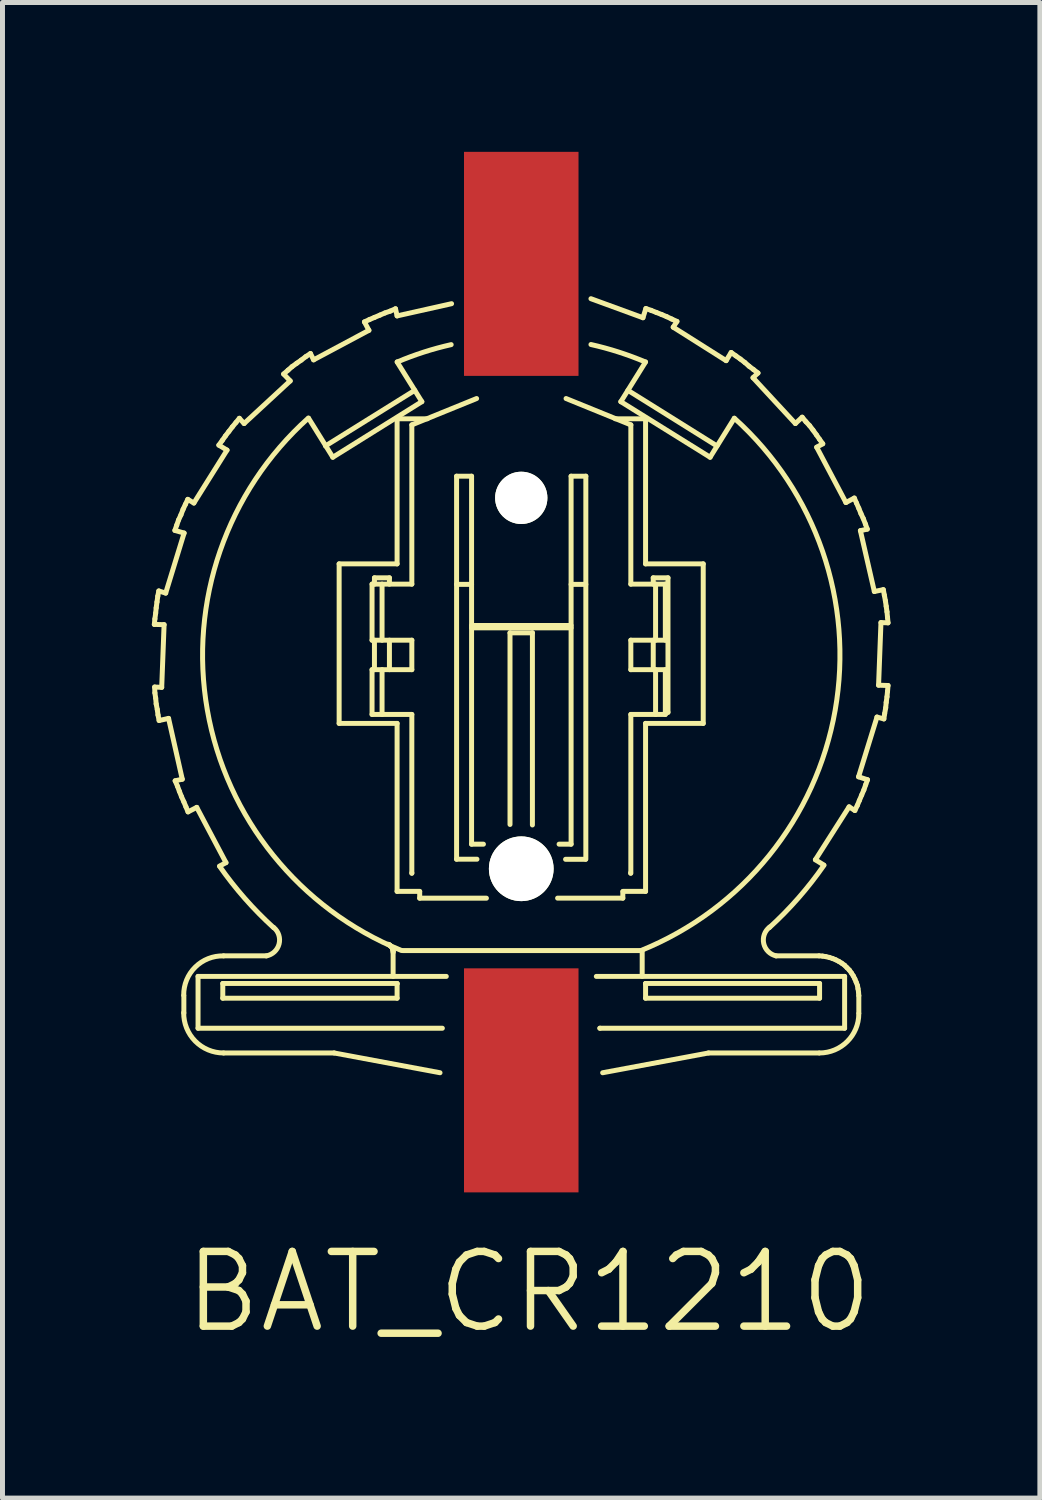
<source format=kicad_pcb>
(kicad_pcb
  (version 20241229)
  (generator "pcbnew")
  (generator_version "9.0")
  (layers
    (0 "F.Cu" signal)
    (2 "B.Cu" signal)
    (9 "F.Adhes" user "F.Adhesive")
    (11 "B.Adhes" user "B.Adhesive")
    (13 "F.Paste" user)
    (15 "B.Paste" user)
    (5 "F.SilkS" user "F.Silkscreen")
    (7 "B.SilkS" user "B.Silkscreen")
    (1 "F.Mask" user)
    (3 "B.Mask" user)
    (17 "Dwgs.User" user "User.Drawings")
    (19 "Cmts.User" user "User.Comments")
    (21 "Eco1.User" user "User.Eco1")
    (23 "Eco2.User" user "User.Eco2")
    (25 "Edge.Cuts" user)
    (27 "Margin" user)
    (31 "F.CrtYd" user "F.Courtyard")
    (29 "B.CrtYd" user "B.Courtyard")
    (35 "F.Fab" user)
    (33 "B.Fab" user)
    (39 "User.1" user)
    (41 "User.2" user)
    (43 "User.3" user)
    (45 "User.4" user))
  (footprint "BAT_CR1210"
    (layer "F.Cu")
    (at 7.42 10.45)
    (property "Reference" "BAT_CR1210" (at 0.15 12.45 0) (layer "F.SilkS") (effects (font (size 1.5 1.5) (thickness 0.15))))
    (attr through_hole)
    (fp_line (start -7.364 0.3) (end -7.359 0.417) (stroke (width 0.1) (type solid)) (layer "F.SilkS"))
    (fp_line (start -7.364 0.3) (end -7.222 0.306) (stroke (width 0.1) (type solid)) (layer "F.SilkS"))
    (fp_line (start -7.359 -1.069) (end -7.37 -0.958) (stroke (width 0.1) (type solid)) (layer "F.SilkS"))
    (fp_line (start -7.359 0.417) (end -7.343 0.522) (stroke (width 0.1) (type solid)) (layer "F.SilkS"))
    (fp_line (start -7.343 -1.186) (end -7.359 -1.069) (stroke (width 0.1) (type solid)) (layer "F.SilkS"))
    (fp_line (start -7.343 0.522) (end -7.333 0.639) (stroke (width 0.1) (type solid)) (layer "F.SilkS"))
    (fp_line (start -7.333 -1.291) (end -7.343 -1.186) (stroke (width 0.1) (type solid)) (layer "F.SilkS"))
    (fp_line (start -7.333 0.639) (end -7.311 0.75) (stroke (width 0.1) (type solid)) (layer "F.SilkS"))
    (fp_line (start -7.317 -1.408) (end -7.333 -1.291) (stroke (width 0.1) (type solid)) (layer "F.SilkS"))
    (fp_line (start -7.311 0.75) (end -7.296 0.861) (stroke (width 0.1) (type solid)) (layer "F.SilkS"))
    (fp_line (start -7.301 -1.524) (end -7.317 -1.408) (stroke (width 0.1) (type solid)) (layer "F.SilkS"))
    (fp_line (start -7.296 0.861) (end -7.274 0.972) (stroke (width 0.1) (type solid)) (layer "F.SilkS"))
    (fp_line (start -7.28 -1.63) (end -7.301 -1.524) (stroke (width 0.1) (type solid)) (layer "F.SilkS"))
    (fp_line (start -7.28 -1.63) (end -7.142 -1.587) (stroke (width 0.1) (type solid)) (layer "F.SilkS"))
    (fp_line (start -7.222 0.306) (end -7.174 -0.953) (stroke (width 0.1) (type solid)) (layer "F.SilkS"))
    (fp_line (start -7.174 -0.953) (end -7.37 -0.958) (stroke (width 0.1) (type solid)) (layer "F.SilkS"))
    (fp_line (start -7.142 -1.587) (end -6.772 -2.793) (stroke (width 0.1) (type solid)) (layer "F.SilkS"))
    (fp_line (start -7.084 0.93) (end -7.274 0.972) (stroke (width 0.1) (type solid)) (layer "F.SilkS"))
    (fp_line (start -6.952 2.183) (end -6.904 2.294) (stroke (width 0.1) (type solid)) (layer "F.SilkS"))
    (fp_line (start -6.952 2.183) (end -6.809 2.151) (stroke (width 0.1) (type solid)) (layer "F.SilkS"))
    (fp_line (start -6.92 -2.952) (end -6.957 -2.846) (stroke (width 0.1) (type solid)) (layer "F.SilkS"))
    (fp_line (start -6.904 2.294) (end -6.867 2.394) (stroke (width 0.1) (type solid)) (layer "F.SilkS"))
    (fp_line (start -6.883 -3.057) (end -6.92 -2.952) (stroke (width 0.1) (type solid)) (layer "F.SilkS"))
    (fp_line (start -6.867 2.394) (end -6.825 2.5) (stroke (width 0.1) (type solid)) (layer "F.SilkS"))
    (fp_line (start -6.836 -3.158) (end -6.883 -3.057) (stroke (width 0.1) (type solid)) (layer "F.SilkS"))
    (fp_line (start -6.825 2.5) (end -6.777 2.606) (stroke (width 0.1) (type solid)) (layer "F.SilkS"))
    (fp_line (start -6.809 2.151) (end -7.084 0.93) (stroke (width 0.1) (type solid)) (layer "F.SilkS"))
    (fp_line (start -6.793 -3.269) (end -6.836 -3.158) (stroke (width 0.1) (type solid)) (layer "F.SilkS"))
    (fp_line (start -6.777 2.606) (end -6.735 2.706) (stroke (width 0.1) (type solid)) (layer "F.SilkS"))
    (fp_line (start -6.777 6.498) (end -6.777 6.847) (stroke (width 0.1) (type solid)) (layer "F.SilkS"))
    (fp_line (start -6.772 -2.793) (end -6.957 -2.846) (stroke (width 0.1) (type solid)) (layer "F.SilkS"))
    (fp_line (start -6.746 -3.369) (end -6.793 -3.269) (stroke (width 0.1) (type solid)) (layer "F.SilkS"))
    (fp_line (start -6.735 2.706) (end -6.693 2.807) (stroke (width 0.1) (type solid)) (layer "F.SilkS"))
    (fp_line (start -6.698 -3.47) (end -6.746 -3.369) (stroke (width 0.1) (type solid)) (layer "F.SilkS"))
    (fp_line (start -6.698 -3.47) (end -6.576 -3.396) (stroke (width 0.1) (type solid)) (layer "F.SilkS"))
    (fp_line (start -6.576 -3.396) (end -5.91 -4.459) (stroke (width 0.1) (type solid)) (layer "F.SilkS"))
    (fp_line (start -6.518 2.717) (end -6.693 2.807) (stroke (width 0.1) (type solid)) (layer "F.SilkS"))
    (fp_line (start -6.492 6.112) (end -1.506 6.112) (stroke (width 0.1) (type solid)) (layer "F.SilkS"))
    (fp_line (start -6.492 7.153) (end -6.492 6.112) (stroke (width 0.1) (type solid)) (layer "F.SilkS"))
    (fp_line (start -6.058 3.896) (end -5.931 3.827) (stroke (width 0.1) (type solid)) (layer "F.SilkS"))
    (fp_line (start -6.005 -4.654) (end -6.074 -4.559) (stroke (width 0.1) (type solid)) (layer "F.SilkS"))
    (fp_line (start -5.995 6.254) (end -2.494 6.254) (stroke (width 0.1) (type solid)) (layer "F.SilkS"))
    (fp_line (start -5.995 6.55) (end -5.995 6.254) (stroke (width 0.1) (type solid)) (layer "F.SilkS"))
    (fp_line (start -5.979 7.65) (end -3.758 7.65) (stroke (width 0.1) (type solid)) (layer "F.SilkS"))
    (fp_line (start -5.942 -4.744) (end -6.005 -4.654) (stroke (width 0.1) (type solid)) (layer "F.SilkS"))
    (fp_line (start -5.931 3.827) (end -6.518 2.717) (stroke (width 0.1) (type solid)) (layer "F.SilkS"))
    (fp_line (start -5.91 -4.459) (end -6.074 -4.559) (stroke (width 0.1) (type solid)) (layer "F.SilkS"))
    (fp_line (start -5.873 -4.834) (end -5.942 -4.744) (stroke (width 0.1) (type solid)) (layer "F.SilkS"))
    (fp_line (start -5.804 -4.924) (end -5.873 -4.834) (stroke (width 0.1) (type solid)) (layer "F.SilkS"))
    (fp_line (start -5.73 -5.014) (end -5.804 -4.924) (stroke (width 0.1) (type solid)) (layer "F.SilkS"))
    (fp_line (start -5.662 -5.098) (end -5.73 -5.014) (stroke (width 0.1) (type solid)) (layer "F.SilkS"))
    (fp_line (start -5.662 -5.098) (end -5.567 -4.993) (stroke (width 0.1) (type solid)) (layer "F.SilkS"))
    (fp_line (start -5.567 -4.993) (end -4.641 -5.849) (stroke (width 0.1) (type solid)) (layer "F.SilkS"))
    (fp_line (start -5.117 5.699) (end -5.979 5.699) (stroke (width 0.1) (type solid)) (layer "F.SilkS"))
    (fp_line (start -4.683 -6.066) (end -4.773 -5.987) (stroke (width 0.1) (type solid)) (layer "F.SilkS"))
    (fp_line (start -4.641 -5.849) (end -4.773 -5.987) (stroke (width 0.1) (type solid)) (layer "F.SilkS"))
    (fp_line (start -4.604 -6.135) (end -4.683 -6.066) (stroke (width 0.1) (type solid)) (layer "F.SilkS"))
    (fp_line (start -4.509 -6.204) (end -4.604 -6.135) (stroke (width 0.1) (type solid)) (layer "F.SilkS"))
    (fp_line (start -4.419 -6.267) (end -4.509 -6.204) (stroke (width 0.1) (type solid)) (layer "F.SilkS"))
    (fp_line (start -4.329 -6.336) (end -4.419 -6.267) (stroke (width 0.1) (type solid)) (layer "F.SilkS"))
    (fp_line (start -4.234 -6.399) (end -4.329 -6.336) (stroke (width 0.1) (type solid)) (layer "F.SilkS"))
    (fp_line (start -4.234 -6.399) (end -4.171 -6.272) (stroke (width 0.1) (type solid)) (layer "F.SilkS"))
    (fp_line (start -4.171 -6.272) (end -3.06 -6.865) (stroke (width 0.1) (type solid)) (layer "F.SilkS"))
    (fp_line (start -3.933 -4.543) (end -2.14 -5.659) (stroke (width 0.1) (type solid)) (layer "F.SilkS"))
    (fp_line (start -3.785 -4.316) (end -4.271 -5.098) (stroke (width 0.1) (type solid)) (layer "F.SilkS"))
    (fp_line (start -3.785 -4.316) (end -1.997 -5.432) (stroke (width 0.1) (type solid)) (layer "F.SilkS"))
    (fp_line (start -3.758 7.65) (end -1.632 8.047) (stroke (width 0.1) (type solid)) (layer "F.SilkS"))
    (fp_line (start -3.658 -2.174) (end -3.658 1.03) (stroke (width 0.1) (type solid)) (layer "F.SilkS"))
    (fp_line (start -3.658 1.03) (end -2.494 1.03) (stroke (width 0.1) (type solid)) (layer "F.SilkS"))
    (fp_line (start -3.06 -6.865) (end -3.15 -7.034) (stroke (width 0.1) (type solid)) (layer "F.SilkS"))
    (fp_line (start -3.05 -7.081) (end -3.15 -7.034) (stroke (width 0.1) (type solid)) (layer "F.SilkS"))
    (fp_line (start -2.997 -1.767) (end -2.997 -0.641) (stroke (width 0.1) (type solid)) (layer "F.SilkS"))
    (fp_line (start -2.997 -0.641) (end -2.198 -0.641) (stroke (width 0.1) (type solid)) (layer "F.SilkS"))
    (fp_line (start -2.997 -0.049) (end -2.997 0.85) (stroke (width 0.1) (type solid)) (layer "F.SilkS"))
    (fp_line (start -2.997 0.85) (end -2.198 0.85) (stroke (width 0.1) (type solid)) (layer "F.SilkS"))
    (fp_line (start -2.949 -7.124) (end -3.05 -7.081) (stroke (width 0.1) (type solid)) (layer "F.SilkS"))
    (fp_line (start -2.949 -1.894) (end -2.648 -1.894) (stroke (width 0.1) (type solid)) (layer "F.SilkS"))
    (fp_line (start -2.949 -1.767) (end -2.949 -1.894) (stroke (width 0.1) (type solid)) (layer "F.SilkS"))
    (fp_line (start -2.949 -0.049) (end -2.949 -0.641) (stroke (width 0.1) (type solid)) (layer "F.SilkS"))
    (fp_line (start -2.838 -7.171) (end -2.949 -7.124) (stroke (width 0.1) (type solid)) (layer "F.SilkS"))
    (fp_line (start -2.796 -1.767) (end -2.796 -0.641) (stroke (width 0.1) (type solid)) (layer "F.SilkS"))
    (fp_line (start -2.796 -0.049) (end -2.796 0.85) (stroke (width 0.1) (type solid)) (layer "F.SilkS"))
    (fp_line (start -2.738 -7.214) (end -2.838 -7.171) (stroke (width 0.1) (type solid)) (layer "F.SilkS"))
    (fp_line (start -2.664 5.472) (end -2.674 5.466) (stroke (width 0.1) (type solid)) (layer "F.SilkS"))
    (fp_line (start -2.648 -1.894) (end -2.648 -1.767) (stroke (width 0.1) (type solid)) (layer "F.SilkS"))
    (fp_line (start -2.648 -0.641) (end -2.648 -0.049) (stroke (width 0.1) (type solid)) (layer "F.SilkS"))
    (fp_line (start -2.648 5.477) (end -2.664 5.472) (stroke (width 0.1) (type solid)) (layer "F.SilkS"))
    (fp_line (start -2.637 5.493) (end -2.648 5.477) (stroke (width 0.1) (type solid)) (layer "F.SilkS"))
    (fp_line (start -2.632 -7.251) (end -2.738 -7.214) (stroke (width 0.1) (type solid)) (layer "F.SilkS"))
    (fp_line (start -2.621 5.503) (end -2.637 5.493) (stroke (width 0.1) (type solid)) (layer "F.SilkS"))
    (fp_line (start -2.611 5.509) (end -2.621 5.503) (stroke (width 0.1) (type solid)) (layer "F.SilkS"))
    (fp_line (start -2.605 5.525) (end -2.611 5.509) (stroke (width 0.1) (type solid)) (layer "F.SilkS"))
    (fp_line (start -2.59 5.535) (end -2.605 5.525) (stroke (width 0.1) (type solid)) (layer "F.SilkS"))
    (fp_line (start -2.584 5.556) (end -2.59 5.535) (stroke (width 0.1) (type solid)) (layer "F.SilkS"))
    (fp_line (start -2.579 5.567) (end -2.584 5.556) (stroke (width 0.1) (type solid)) (layer "F.SilkS"))
    (fp_line (start -2.579 5.577) (end -2.579 5.567) (stroke (width 0.1) (type solid)) (layer "F.SilkS"))
    (fp_line (start -2.574 5.599) (end -2.579 5.577) (stroke (width 0.1) (type solid)) (layer "F.SilkS"))
    (fp_line (start -2.574 5.609) (end -2.574 5.599) (stroke (width 0.1) (type solid)) (layer "F.SilkS"))
    (fp_line (start -2.574 5.63) (end -2.574 5.609) (stroke (width 0.1) (type solid)) (layer "F.SilkS"))
    (fp_line (start -2.574 5.63) (end -2.574 6.11) (stroke (width 0.1) (type solid)) (layer "F.SilkS"))
    (fp_line (start -2.526 -7.298) (end -2.632 -7.251) (stroke (width 0.1) (type solid)) (layer "F.SilkS"))
    (fp_line (start -2.526 -7.298) (end -2.494 -7.155) (stroke (width 0.1) (type solid)) (layer "F.SilkS"))
    (fp_line (start -2.494 -7.155) (end -1.4 -7.4) (stroke (width 0.1) (type solid)) (layer "F.SilkS"))
    (fp_line (start -2.494 -5.088) (end -2.494 -2.174) (stroke (width 0.1) (type solid)) (layer "F.SilkS"))
    (fp_line (start -2.494 -2.174) (end -3.658 -2.174) (stroke (width 0.1) (type solid)) (layer "F.SilkS"))
    (fp_line (start -2.494 1.03) (end -2.494 4.404) (stroke (width 0.1) (type solid)) (layer "F.SilkS"))
    (fp_line (start -2.494 4.404) (end -2.04 4.404) (stroke (width 0.1) (type solid)) (layer "F.SilkS"))
    (fp_line (start -2.494 6.254) (end -2.494 6.26) (stroke (width 0.1) (type solid)) (layer "F.SilkS"))
    (fp_line (start -2.494 6.26) (end -2.494 6.55) (stroke (width 0.1) (type solid)) (layer "F.SilkS"))
    (fp_line (start -2.494 6.55) (end -5.995 6.55) (stroke (width 0.1) (type solid)) (layer "F.SilkS"))
    (fp_line (start -2.198 -4.966) (end -2.198 -1.767) (stroke (width 0.1) (type solid)) (layer "F.SilkS"))
    (fp_line (start -2.198 -1.767) (end -2.997 -1.767) (stroke (width 0.1) (type solid)) (layer "F.SilkS"))
    (fp_line (start -2.198 -0.641) (end -2.198 -0.049) (stroke (width 0.1) (type solid)) (layer "F.SilkS"))
    (fp_line (start -2.198 -0.049) (end -2.997 -0.049) (stroke (width 0.1) (type solid)) (layer "F.SilkS"))
    (fp_line (start -2.198 0.85) (end -2.198 4.039) (stroke (width 0.1) (type solid)) (layer "F.SilkS"))
    (fp_line (start -2.198 4.033) (end -2.198 4.039) (stroke (width 0.1) (type solid)) (layer "F.SilkS"))
    (fp_line (start -2.04 4.541) (end -0.7 4.541) (stroke (width 0.1) (type solid)) (layer "F.SilkS"))
    (fp_line (start -2.04 4.54) (end -2.04 4.41) (stroke (width 0.1) (type solid)) (layer "F.SilkS"))
    (fp_line (start -1.997 -5.432) (end -2.494 -6.23) (stroke (width 0.1) (type solid)) (layer "F.SilkS"))
    (fp_line (start -1.886 -5.088) (end -2.494 -5.088) (stroke (width 0.1) (type solid)) (layer "F.SilkS"))
    (fp_line (start -1.585 7.153) (end -6.492 7.153) (stroke (width 0.1) (type solid)) (layer "F.SilkS"))
    (fp_line (start -1.299 -3.935) (end -0.998 -3.935) (stroke (width 0.1) (type solid)) (layer "F.SilkS"))
    (fp_line (start -1.299 -1.762) (end -0.998 -1.762) (stroke (width 0.1) (type solid)) (layer "F.SilkS"))
    (fp_line (start -1.299 3.758) (end -1.299 -3.935) (stroke (width 0.1) (type solid)) (layer "F.SilkS"))
    (fp_line (start -0.998 -3.935) (end -0.998 3.456) (stroke (width 0.1) (type solid)) (layer "F.SilkS"))
    (fp_line (start -0.998 3.456) (end -0.76 3.456) (stroke (width 0.1) (type solid)) (layer "F.SilkS"))
    (fp_line (start -0.897 -5.495) (end -2.198 -4.966) (stroke (width 0.1) (type solid)) (layer "F.SilkS"))
    (fp_line (start -0.89 3.758) (end -1.299 3.758) (stroke (width 0.1) (type solid)) (layer "F.SilkS"))
    (fp_line (start -0.226 -0.789) (end 0.224 -0.789) (stroke (width 0.1) (type solid)) (layer "F.SilkS"))
    (fp_line (start -0.226 3.06) (end -0.226 -0.789) (stroke (width 0.1) (type solid)) (layer "F.SilkS"))
    (fp_line (start 0.224 -0.789) (end 0.224 3.07) (stroke (width 0.1) (type solid)) (layer "F.SilkS"))
    (fp_line (start 0.73 4.54) (end 2.04 4.54) (stroke (width 0.1) (type solid)) (layer "F.SilkS"))
    (fp_line (start 0.76 3.456) (end 1.001 3.456) (stroke (width 0.1) (type solid)) (layer "F.SilkS"))
    (fp_line (start 1.001 -3.935) (end 1.297 -3.935) (stroke (width 0.1) (type solid)) (layer "F.SilkS"))
    (fp_line (start 1.001 -1.762) (end 1.297 -1.762) (stroke (width 0.1) (type solid)) (layer "F.SilkS"))
    (fp_line (start 1.001 -0.937) (end -0.998 -0.937) (stroke (width 0.1) (type solid)) (layer "F.SilkS"))
    (fp_line (start 1.001 -0.889) (end -0.998 -0.889) (stroke (width 0.1) (type solid)) (layer "F.SilkS"))
    (fp_line (start 1.001 3.456) (end 1.001 -3.935) (stroke (width 0.1) (type solid)) (layer "F.SilkS"))
    (fp_line (start 1.29 3.76) (end 0.89 3.76) (stroke (width 0.1) (type solid)) (layer "F.SilkS"))
    (fp_line (start 1.297 -3.935) (end 1.297 3.758) (stroke (width 0.1) (type solid)) (layer "F.SilkS"))
    (fp_line (start 1.4 -7.5) (end 2.444 -7.118) (stroke (width 0.1) (type solid)) (layer "F.SilkS"))
    (fp_line (start 1.508 6.112) (end 6.495 6.112) (stroke (width 0.1) (type solid)) (layer "F.SilkS"))
    (fp_line (start 1.582 7.153) (end 1.577 7.153) (stroke (width 0.1) (type solid)) (layer "F.SilkS"))
    (fp_line (start 1.635 8.047) (end 3.761 7.65) (stroke (width 0.1) (type solid)) (layer "F.SilkS"))
    (fp_line (start 2 -5.432) (end 2.497 -6.23) (stroke (width 0.1) (type solid)) (layer "F.SilkS"))
    (fp_line (start 2 -5.432) (end 3.793 -4.316) (stroke (width 0.1) (type solid)) (layer "F.SilkS"))
    (fp_line (start 2.04 4.54) (end 2.04 4.41) (stroke (width 0.1) (type solid)) (layer "F.SilkS"))
    (fp_line (start 2.043 4.404) (end 2.497 4.404) (stroke (width 0.1) (type solid)) (layer "F.SilkS"))
    (fp_line (start 2.143 -5.659) (end 3.93 -4.543) (stroke (width 0.1) (type solid)) (layer "F.SilkS"))
    (fp_line (start 2.196 4.039) (end 2.196 4.033) (stroke (width 0.1) (type solid)) (layer "F.SilkS"))
    (fp_line (start 2.201 -4.966) (end 0.9 -5.495) (stroke (width 0.1) (type solid)) (layer "F.SilkS"))
    (fp_line (start 2.201 -1.767) (end 2.201 -4.966) (stroke (width 0.1) (type solid)) (layer "F.SilkS"))
    (fp_line (start 2.201 -0.641) (end 2.894 -0.641) (stroke (width 0.1) (type solid)) (layer "F.SilkS"))
    (fp_line (start 2.201 -0.049) (end 2.201 -0.641) (stroke (width 0.1) (type solid)) (layer "F.SilkS"))
    (fp_line (start 2.201 0.85) (end 2.894 0.85) (stroke (width 0.1) (type solid)) (layer "F.SilkS"))
    (fp_line (start 2.201 4.039) (end 2.201 0.85) (stroke (width 0.1) (type solid)) (layer "F.SilkS"))
    (fp_line (start 2.381 5.593) (end -2.383 5.593) (stroke (width 0.1) (type solid)) (layer "F.SilkS"))
    (fp_line (start 2.429 6.11) (end 2.429 5.59) (stroke (width 0.1) (type solid)) (layer "F.SilkS"))
    (fp_line (start 2.444 -7.118) (end 2.503 -7.303) (stroke (width 0.1) (type solid)) (layer "F.SilkS"))
    (fp_line (start 2.497 -5.088) (end 1.889 -5.088) (stroke (width 0.1) (type solid)) (layer "F.SilkS"))
    (fp_line (start 2.497 -2.174) (end 2.497 -5.088) (stroke (width 0.1) (type solid)) (layer "F.SilkS"))
    (fp_line (start 2.497 1.03) (end 3.655 1.03) (stroke (width 0.1) (type solid)) (layer "F.SilkS"))
    (fp_line (start 2.497 4.404) (end 2.497 1.03) (stroke (width 0.1) (type solid)) (layer "F.SilkS"))
    (fp_line (start 2.497 6.254) (end 5.992 6.254) (stroke (width 0.1) (type solid)) (layer "F.SilkS"))
    (fp_line (start 2.497 6.26) (end 2.497 6.254) (stroke (width 0.1) (type solid)) (layer "F.SilkS"))
    (fp_line (start 2.497 6.55) (end 2.497 6.26) (stroke (width 0.1) (type solid)) (layer "F.SilkS"))
    (fp_line (start 2.608 -7.266) (end 2.503 -7.303) (stroke (width 0.1) (type solid)) (layer "F.SilkS"))
    (fp_line (start 2.651 -1.894) (end 2.947 -1.894) (stroke (width 0.1) (type solid)) (layer "F.SilkS"))
    (fp_line (start 2.651 -1.767) (end 2.651 -1.894) (stroke (width 0.1) (type solid)) (layer "F.SilkS"))
    (fp_line (start 2.651 -0.049) (end 2.651 -0.641) (stroke (width 0.1) (type solid)) (layer "F.SilkS"))
    (fp_line (start 2.698 -0.641) (end 2.698 -1.767) (stroke (width 0.1) (type solid)) (layer "F.SilkS"))
    (fp_line (start 2.698 0.85) (end 2.698 -0.049) (stroke (width 0.1) (type solid)) (layer "F.SilkS"))
    (fp_line (start 2.714 -7.224) (end 2.608 -7.266) (stroke (width 0.1) (type solid)) (layer "F.SilkS"))
    (fp_line (start 2.82 -7.182) (end 2.714 -7.224) (stroke (width 0.1) (type solid)) (layer "F.SilkS"))
    (fp_line (start 2.894 -1.767) (end 2.201 -1.767) (stroke (width 0.1) (type solid)) (layer "F.SilkS"))
    (fp_line (start 2.894 -0.641) (end 2.894 -1.767) (stroke (width 0.1) (type solid)) (layer "F.SilkS"))
    (fp_line (start 2.894 -0.049) (end 2.201 -0.049) (stroke (width 0.1) (type solid)) (layer "F.SilkS"))
    (fp_line (start 2.894 -0.049) (end 2.894 0.85) (stroke (width 0.1) (type solid)) (layer "F.SilkS"))
    (fp_line (start 2.92 -7.14) (end 2.82 -7.182) (stroke (width 0.1) (type solid)) (layer "F.SilkS"))
    (fp_line (start 2.947 -1.894) (end 2.947 0.808) (stroke (width 0.1) (type solid)) (layer "F.SilkS"))
    (fp_line (start 2.947 0.808) (end 2.894 0.808) (stroke (width 0.1) (type solid)) (layer "F.SilkS"))
    (fp_line (start 3.021 -7.092) (end 2.92 -7.14) (stroke (width 0.1) (type solid)) (layer "F.SilkS"))
    (fp_line (start 3.052 -6.928) (end 4.115 -6.256) (stroke (width 0.1) (type solid)) (layer "F.SilkS"))
    (fp_line (start 3.127 -7.044) (end 3.021 -7.092) (stroke (width 0.1) (type solid)) (layer "F.SilkS"))
    (fp_line (start 3.127 -7.044) (end 3.052 -6.928) (stroke (width 0.1) (type solid)) (layer "F.SilkS"))
    (fp_line (start 3.655 -2.174) (end 2.497 -2.174) (stroke (width 0.1) (type solid)) (layer "F.SilkS"))
    (fp_line (start 3.655 1.03) (end 3.655 -2.174) (stroke (width 0.1) (type solid)) (layer "F.SilkS"))
    (fp_line (start 3.761 7.65) (end 5.982 7.65) (stroke (width 0.1) (type solid)) (layer "F.SilkS"))
    (fp_line (start 3.793 -4.316) (end 4.279 -5.098) (stroke (width 0.1) (type solid)) (layer "F.SilkS"))
    (fp_line (start 4.115 -6.256) (end 4.216 -6.42) (stroke (width 0.1) (type solid)) (layer "F.SilkS"))
    (fp_line (start 4.311 -6.352) (end 4.216 -6.42) (stroke (width 0.1) (type solid)) (layer "F.SilkS"))
    (fp_line (start 4.401 -6.288) (end 4.311 -6.352) (stroke (width 0.1) (type solid)) (layer "F.SilkS"))
    (fp_line (start 4.491 -6.219) (end 4.401 -6.288) (stroke (width 0.1) (type solid)) (layer "F.SilkS"))
    (fp_line (start 4.575 -6.145) (end 4.491 -6.219) (stroke (width 0.1) (type solid)) (layer "F.SilkS"))
    (fp_line (start 4.655 -5.913) (end 5.506 -4.993) (stroke (width 0.1) (type solid)) (layer "F.SilkS"))
    (fp_line (start 4.665 -6.077) (end 4.575 -6.145) (stroke (width 0.1) (type solid)) (layer "F.SilkS"))
    (fp_line (start 4.755 -6.008) (end 4.655 -5.913) (stroke (width 0.1) (type solid)) (layer "F.SilkS"))
    (fp_line (start 4.755 -6.008) (end 4.665 -6.077) (stroke (width 0.1) (type solid)) (layer "F.SilkS"))
    (fp_line (start 5.506 -4.993) (end 5.643 -5.12) (stroke (width 0.1) (type solid)) (layer "F.SilkS"))
    (fp_line (start 5.717 -5.03) (end 5.643 -5.12) (stroke (width 0.1) (type solid)) (layer "F.SilkS"))
    (fp_line (start 5.792 -4.95) (end 5.717 -5.03) (stroke (width 0.1) (type solid)) (layer "F.SilkS"))
    (fp_line (start 5.86 -4.861) (end 5.792 -4.95) (stroke (width 0.1) (type solid)) (layer "F.SilkS"))
    (fp_line (start 5.908 3.769) (end 6.077 3.875) (stroke (width 0.1) (type solid)) (layer "F.SilkS"))
    (fp_line (start 5.929 -4.765) (end 5.86 -4.861) (stroke (width 0.1) (type solid)) (layer "F.SilkS"))
    (fp_line (start 5.934 -4.517) (end 6.521 -3.406) (stroke (width 0.1) (type solid)) (layer "F.SilkS"))
    (fp_line (start 5.982 5.699) (end 5.115 5.699) (stroke (width 0.1) (type solid)) (layer "F.SilkS"))
    (fp_line (start 5.992 -4.675) (end 5.929 -4.765) (stroke (width 0.1) (type solid)) (layer "F.SilkS"))
    (fp_line (start 5.992 6.55) (end 2.497 6.55) (stroke (width 0.1) (type solid)) (layer "F.SilkS"))
    (fp_line (start 5.992 6.55) (end 5.992 6.254) (stroke (width 0.1) (type solid)) (layer "F.SilkS"))
    (fp_line (start 6.051 5.704) (end 5.982 5.699) (stroke (width 0.1) (type solid)) (layer "F.SilkS"))
    (fp_line (start 6.056 -4.586) (end 5.934 -4.517) (stroke (width 0.1) (type solid)) (layer "F.SilkS"))
    (fp_line (start 6.056 -4.586) (end 5.992 -4.675) (stroke (width 0.1) (type solid)) (layer "F.SilkS"))
    (fp_line (start 6.119 5.715) (end 6.051 5.704) (stroke (width 0.1) (type solid)) (layer "F.SilkS"))
    (fp_line (start 6.188 5.731) (end 6.119 5.715) (stroke (width 0.1) (type solid)) (layer "F.SilkS"))
    (fp_line (start 6.252 5.752) (end 6.188 5.731) (stroke (width 0.1) (type solid)) (layer "F.SilkS"))
    (fp_line (start 6.315 5.778) (end 6.252 5.752) (stroke (width 0.1) (type solid)) (layer "F.SilkS"))
    (fp_line (start 6.378 5.81) (end 6.315 5.778) (stroke (width 0.1) (type solid)) (layer "F.SilkS"))
    (fp_line (start 6.437 5.847) (end 6.378 5.81) (stroke (width 0.1) (type solid)) (layer "F.SilkS"))
    (fp_line (start 6.495 5.889) (end 6.437 5.847) (stroke (width 0.1) (type solid)) (layer "F.SilkS"))
    (fp_line (start 6.495 6.112) (end 6.495 7.153) (stroke (width 0.1) (type solid)) (layer "F.SilkS"))
    (fp_line (start 6.495 7.153) (end 1.582 7.153) (stroke (width 0.1) (type solid)) (layer "F.SilkS"))
    (fp_line (start 6.521 -3.406) (end 6.69 -3.496) (stroke (width 0.1) (type solid)) (layer "F.SilkS"))
    (fp_line (start 6.542 5.937) (end 6.495 5.889) (stroke (width 0.1) (type solid)) (layer "F.SilkS"))
    (fp_line (start 6.585 2.706) (end 5.908 3.769) (stroke (width 0.1) (type solid)) (layer "F.SilkS"))
    (fp_line (start 6.59 5.985) (end 6.542 5.937) (stroke (width 0.1) (type solid)) (layer "F.SilkS"))
    (fp_line (start 6.632 6.043) (end 6.59 5.985) (stroke (width 0.1) (type solid)) (layer "F.SilkS"))
    (fp_line (start 6.669 6.101) (end 6.632 6.043) (stroke (width 0.1) (type solid)) (layer "F.SilkS"))
    (fp_line (start 6.701 2.78) (end 6.585 2.706) (stroke (width 0.1) (type solid)) (layer "F.SilkS"))
    (fp_line (start 6.701 2.78) (end 6.749 2.68) (stroke (width 0.1) (type solid)) (layer "F.SilkS"))
    (fp_line (start 6.701 6.164) (end 6.669 6.101) (stroke (width 0.1) (type solid)) (layer "F.SilkS"))
    (fp_line (start 6.727 6.228) (end 6.701 6.164) (stroke (width 0.1) (type solid)) (layer "F.SilkS"))
    (fp_line (start 6.733 -3.396) (end 6.69 -3.496) (stroke (width 0.1) (type solid)) (layer "F.SilkS"))
    (fp_line (start 6.749 2.68) (end 6.791 2.579) (stroke (width 0.1) (type solid)) (layer "F.SilkS"))
    (fp_line (start 6.754 6.297) (end 6.727 6.228) (stroke (width 0.1) (type solid)) (layer "F.SilkS"))
    (fp_line (start 6.764 6.36) (end 6.754 6.297) (stroke (width 0.1) (type solid)) (layer "F.SilkS"))
    (fp_line (start 6.775 2.103) (end 6.955 2.162) (stroke (width 0.1) (type solid)) (layer "F.SilkS"))
    (fp_line (start 6.775 6.429) (end 6.764 6.36) (stroke (width 0.1) (type solid)) (layer "F.SilkS"))
    (fp_line (start 6.78 -3.29) (end 6.733 -3.396) (stroke (width 0.1) (type solid)) (layer "F.SilkS"))
    (fp_line (start 6.78 6.498) (end 6.775 6.429) (stroke (width 0.1) (type solid)) (layer "F.SilkS"))
    (fp_line (start 6.78 6.847) (end 6.78 6.498) (stroke (width 0.1) (type solid)) (layer "F.SilkS"))
    (fp_line (start 6.791 2.579) (end 6.838 2.468) (stroke (width 0.1) (type solid)) (layer "F.SilkS"))
    (fp_line (start 6.812 -2.841) (end 7.092 -1.619) (stroke (width 0.1) (type solid)) (layer "F.SilkS"))
    (fp_line (start 6.823 -3.184) (end 6.78 -3.29) (stroke (width 0.1) (type solid)) (layer "F.SilkS"))
    (fp_line (start 6.838 2.468) (end 6.881 2.368) (stroke (width 0.1) (type solid)) (layer "F.SilkS"))
    (fp_line (start 6.87 -3.084) (end 6.823 -3.184) (stroke (width 0.1) (type solid)) (layer "F.SilkS"))
    (fp_line (start 6.881 2.368) (end 6.918 2.262) (stroke (width 0.1) (type solid)) (layer "F.SilkS"))
    (fp_line (start 6.913 -2.973) (end 6.87 -3.084) (stroke (width 0.1) (type solid)) (layer "F.SilkS"))
    (fp_line (start 6.918 2.262) (end 6.955 2.162) (stroke (width 0.1) (type solid)) (layer "F.SilkS"))
    (fp_line (start 6.95 -2.872) (end 6.812 -2.841) (stroke (width 0.1) (type solid)) (layer "F.SilkS"))
    (fp_line (start 6.95 -2.872) (end 6.913 -2.973) (stroke (width 0.1) (type solid)) (layer "F.SilkS"))
    (fp_line (start 7.092 -1.619) (end 7.272 -1.656) (stroke (width 0.1) (type solid)) (layer "F.SilkS"))
    (fp_line (start 7.145 0.903) (end 6.775 2.103) (stroke (width 0.1) (type solid)) (layer "F.SilkS"))
    (fp_line (start 7.177 0.263) (end 7.367 0.269) (stroke (width 0.1) (type solid)) (layer "F.SilkS"))
    (fp_line (start 7.225 -0.995) (end 7.177 0.263) (stroke (width 0.1) (type solid)) (layer "F.SilkS"))
    (fp_line (start 7.283 0.94) (end 7.145 0.903) (stroke (width 0.1) (type solid)) (layer "F.SilkS"))
    (fp_line (start 7.283 0.94) (end 7.299 0.834) (stroke (width 0.1) (type solid)) (layer "F.SilkS"))
    (fp_line (start 7.293 -1.545) (end 7.272 -1.656) (stroke (width 0.1) (type solid)) (layer "F.SilkS"))
    (fp_line (start 7.299 0.834) (end 7.32 0.718) (stroke (width 0.1) (type solid)) (layer "F.SilkS"))
    (fp_line (start 7.314 -1.434) (end 7.293 -1.545) (stroke (width 0.1) (type solid)) (layer "F.SilkS"))
    (fp_line (start 7.32 0.718) (end 7.33 0.607) (stroke (width 0.1) (type solid)) (layer "F.SilkS"))
    (fp_line (start 7.33 -1.323) (end 7.314 -1.434) (stroke (width 0.1) (type solid)) (layer "F.SilkS"))
    (fp_line (start 7.33 0.607) (end 7.346 0.496) (stroke (width 0.1) (type solid)) (layer "F.SilkS"))
    (fp_line (start 7.346 -1.212) (end 7.33 -1.323) (stroke (width 0.1) (type solid)) (layer "F.SilkS"))
    (fp_line (start 7.346 0.496) (end 7.357 0.385) (stroke (width 0.1) (type solid)) (layer "F.SilkS"))
    (fp_line (start 7.357 -1.096) (end 7.346 -1.212) (stroke (width 0.1) (type solid)) (layer "F.SilkS"))
    (fp_line (start 7.357 0.385) (end 7.367 0.269) (stroke (width 0.1) (type solid)) (layer "F.SilkS"))
    (fp_line (start 7.367 -0.99) (end 7.225 -0.995) (stroke (width 0.1) (type solid)) (layer "F.SilkS"))
    (fp_line (start 7.367 -0.99) (end 7.357 -1.096) (stroke (width 0.1) (type solid)) (layer "F.SilkS"))
    (fp_arc (start -6.78 6.49) (mid -6.54839 5.925231) (end -5.98098 5.700168) (stroke (width 0.1) (type solid)) (layer "F.SilkS"))
    (fp_arc (start -5.98 7.65) (mid -6.54921 7.412139) (end -6.779938 6.840001) (stroke (width 0.1) (type solid)) (layer "F.SilkS"))
    (fp_arc (start -4.973611 5.133974) (mid -5.551199 4.547267) (end -6.06 3.9) (stroke (width 0.1) (type solid)) (layer "F.SilkS"))
    (fp_arc (start -4.969696 5.131459) (mid -4.865237 5.463213) (end -5.12 5.7) (stroke (width 0.1) (type solid)) (layer "F.SilkS"))
    (fp_arc (start -2.49 -6.23) (mid -1.956679 -6.427989) (end -1.407872 -6.577796) (stroke (width 0.1) (type solid)) (layer "F.SilkS"))
    (fp_arc (start -2.41 5.59) (mid -6.305742 0.760282) (end -4.275878 -5.103389) (stroke (width 0.1) (type solid)) (layer "F.SilkS"))
    (fp_arc (start 1.4 -6.58) (mid 1.954267 -6.429207) (end 2.492768 -6.229288) (stroke (width 0.1) (type solid)) (layer "F.SilkS"))
    (fp_arc (start 4.28 -5.1) (mid 6.305213 0.764668) (end 2.406852 5.591531) (stroke (width 0.1) (type solid)) (layer "F.SilkS"))
    (fp_arc (start 5.12 5.7) (mid 4.870533 5.452393) (end 4.988893 5.121434) (stroke (width 0.1) (type solid)) (layer "F.SilkS"))
    (fp_arc (start 6.08 3.88) (mid 5.566566 4.537309) (end 4.982434 5.132673) (stroke (width 0.1) (type solid)) (layer "F.SilkS"))
    (fp_arc (start 6.78 6.86) (mid 6.548614 7.418614) (end 5.99 7.65) (stroke (width 0.1) (type solid)) (layer "F.SilkS"))
    (pad "" np_thru_hole circle (at 0 -3.5) (size 1.05 1.05) (drill 1.05) (layers "*.Cu" "*.Mask" "F.SilkS"))
    (pad "" np_thru_hole circle (at 0 3.95) (size 1.3 1.3) (drill 1.3) (layers "*.Cu" "*.Mask" "F.SilkS"))
    (pad "1" smd rect (at 0 8.2) (size 2.3 4.5) (layers "F.Cu" "F.Mask" "F.Paste"))
    (pad "2" smd rect (at 0 -8.2) (size 2.3 4.5) (layers "F.Cu" "F.Mask" "F.Paste")))
  (gr_rect
    (start -3 -3)
    (end 17.837 27.041)
    (stroke (width 0.1) (type default))
    (fill no)
    (layer "Edge.Cuts")))
</source>
